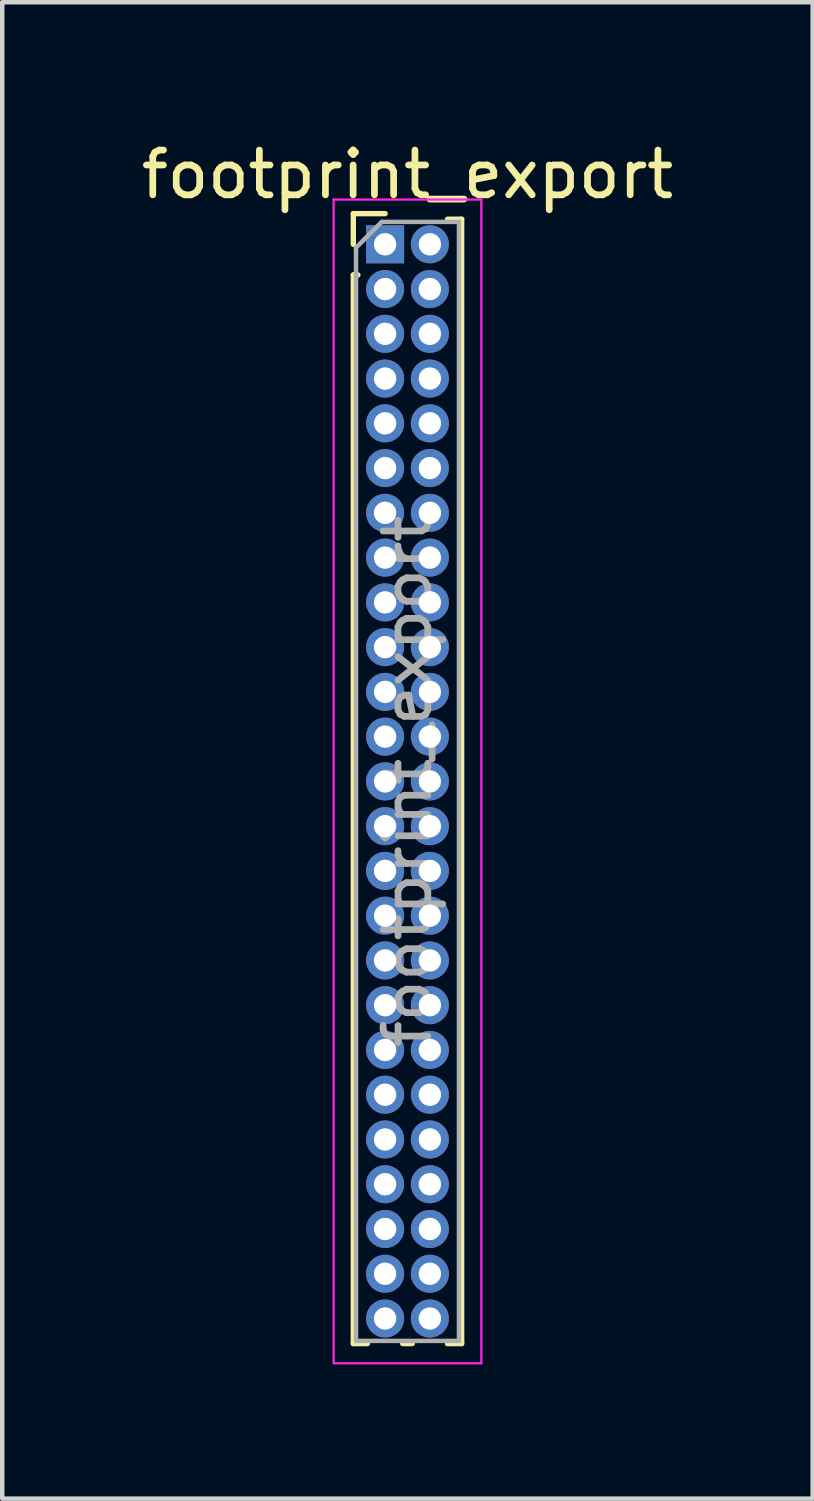
<source format=kicad_pcb>
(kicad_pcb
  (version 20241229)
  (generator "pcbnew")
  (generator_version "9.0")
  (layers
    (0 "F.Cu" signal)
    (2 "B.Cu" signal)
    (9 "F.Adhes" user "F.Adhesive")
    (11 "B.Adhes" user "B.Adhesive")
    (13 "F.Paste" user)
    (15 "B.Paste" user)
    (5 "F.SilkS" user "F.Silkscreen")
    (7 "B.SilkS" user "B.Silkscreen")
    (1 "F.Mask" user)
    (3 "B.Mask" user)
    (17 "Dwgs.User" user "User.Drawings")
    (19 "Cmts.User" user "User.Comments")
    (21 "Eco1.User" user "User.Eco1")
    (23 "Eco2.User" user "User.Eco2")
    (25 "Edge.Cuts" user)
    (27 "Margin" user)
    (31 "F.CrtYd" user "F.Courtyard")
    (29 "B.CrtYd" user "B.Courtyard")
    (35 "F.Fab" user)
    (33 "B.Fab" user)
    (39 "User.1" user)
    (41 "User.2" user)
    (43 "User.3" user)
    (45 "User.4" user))
  (footprint "footprint_export"
    (layer "F.Cu")
    (at 5.554 2.408)
    (property "Reference" "footprint_export" (at 0.5 -1.56 0) (layer "F.SilkS") (effects (font (size 1 1) (thickness 0.15))))
    (attr through_hole)
    (fp_line (start -0.71 -0.685) (end 0 -0.685) (stroke (width 0.12) (type solid)) (layer "F.SilkS"))
    (fp_line (start -0.71 0) (end -0.71 -0.685) (stroke (width 0.12) (type solid)) (layer "F.SilkS"))
    (fp_line (start -0.71 0.685) (end -0.71 24.56) (stroke (width 0.12) (type solid)) (layer "F.SilkS"))
    (fp_line (start -0.71 0.685) (end -0.608 0.685) (stroke (width 0.12) (type solid)) (layer "F.SilkS"))
    (fp_line (start -0.71 24.56) (end -0.394 24.56) (stroke (width 0.12) (type solid)) (layer "F.SilkS"))
    (fp_line (start 0.394 24.56) (end 0.606 24.56) (stroke (width 0.12) (type solid)) (layer "F.SilkS"))
    (fp_line (start 1.394 -0.56) (end 1.71 -0.56) (stroke (width 0.12) (type solid)) (layer "F.SilkS"))
    (fp_line (start 1.394 24.56) (end 1.71 24.56) (stroke (width 0.12) (type solid)) (layer "F.SilkS"))
    (fp_line (start 1.71 -0.56) (end 1.71 24.56) (stroke (width 0.12) (type solid)) (layer "F.SilkS"))
    (fp_line (start -1.15 -1) (end -1.15 25) (stroke (width 0.05) (type solid)) (layer "F.CrtYd"))
    (fp_line (start -1.15 25) (end 2.15 25) (stroke (width 0.05) (type solid)) (layer "F.CrtYd"))
    (fp_line (start 2.15 -1) (end -1.15 -1) (stroke (width 0.05) (type solid)) (layer "F.CrtYd"))
    (fp_line (start 2.15 25) (end 2.15 -1) (stroke (width 0.05) (type solid)) (layer "F.CrtYd"))
    (fp_line (start -0.65 0.075) (end -0.075 -0.5) (stroke (width 0.1) (type solid)) (layer "F.Fab"))
    (fp_line (start -0.65 24.5) (end -0.65 0.075) (stroke (width 0.1) (type solid)) (layer "F.Fab"))
    (fp_line (start -0.075 -0.5) (end 1.65 -0.5) (stroke (width 0.1) (type solid)) (layer "F.Fab"))
    (fp_line (start 1.65 -0.5) (end 1.65 24.5) (stroke (width 0.1) (type solid)) (layer "F.Fab"))
    (fp_line (start 1.65 24.5) (end -0.65 24.5) (stroke (width 0.1) (type solid)) (layer "F.Fab"))
    (fp_text user "${REFERENCE}" (at 0.5 12 90) (layer "F.Fab") (effects (font (size 1 1) (thickness 0.15))))
    (pad "1" thru_hole rect (at 0 0) (size 0.85 0.85) (drill 0.5) (layers "*.Cu" "*.Mask"))
    (pad "2" thru_hole oval (at 1 0) (size 0.85 0.85) (drill 0.5) (layers "*.Cu" "*.Mask"))
    (pad "3" thru_hole oval (at 0 1) (size 0.85 0.85) (drill 0.5) (layers "*.Cu" "*.Mask"))
    (pad "4" thru_hole oval (at 1 1) (size 0.85 0.85) (drill 0.5) (layers "*.Cu" "*.Mask"))
    (pad "5" thru_hole oval (at 0 2) (size 0.85 0.85) (drill 0.5) (layers "*.Cu" "*.Mask"))
    (pad "6" thru_hole oval (at 1 2) (size 0.85 0.85) (drill 0.5) (layers "*.Cu" "*.Mask"))
    (pad "7" thru_hole oval (at 0 3) (size 0.85 0.85) (drill 0.5) (layers "*.Cu" "*.Mask"))
    (pad "8" thru_hole oval (at 1 3) (size 0.85 0.85) (drill 0.5) (layers "*.Cu" "*.Mask"))
    (pad "9" thru_hole oval (at 0 4) (size 0.85 0.85) (drill 0.5) (layers "*.Cu" "*.Mask"))
    (pad "10" thru_hole oval (at 1 4) (size 0.85 0.85) (drill 0.5) (layers "*.Cu" "*.Mask"))
    (pad "11" thru_hole oval (at 0 5) (size 0.85 0.85) (drill 0.5) (layers "*.Cu" "*.Mask"))
    (pad "12" thru_hole oval (at 1 5) (size 0.85 0.85) (drill 0.5) (layers "*.Cu" "*.Mask"))
    (pad "13" thru_hole oval (at 0 6) (size 0.85 0.85) (drill 0.5) (layers "*.Cu" "*.Mask"))
    (pad "14" thru_hole oval (at 1 6) (size 0.85 0.85) (drill 0.5) (layers "*.Cu" "*.Mask"))
    (pad "15" thru_hole oval (at 0 7) (size 0.85 0.85) (drill 0.5) (layers "*.Cu" "*.Mask"))
    (pad "16" thru_hole oval (at 1 7) (size 0.85 0.85) (drill 0.5) (layers "*.Cu" "*.Mask"))
    (pad "17" thru_hole oval (at 0 8) (size 0.85 0.85) (drill 0.5) (layers "*.Cu" "*.Mask"))
    (pad "18" thru_hole oval (at 1 8) (size 0.85 0.85) (drill 0.5) (layers "*.Cu" "*.Mask"))
    (pad "19" thru_hole oval (at 0 9) (size 0.85 0.85) (drill 0.5) (layers "*.Cu" "*.Mask"))
    (pad "20" thru_hole oval (at 1 9) (size 0.85 0.85) (drill 0.5) (layers "*.Cu" "*.Mask"))
    (pad "21" thru_hole oval (at 0 10) (size 0.85 0.85) (drill 0.5) (layers "*.Cu" "*.Mask"))
    (pad "22" thru_hole oval (at 1 10) (size 0.85 0.85) (drill 0.5) (layers "*.Cu" "*.Mask"))
    (pad "23" thru_hole oval (at 0 11) (size 0.85 0.85) (drill 0.5) (layers "*.Cu" "*.Mask"))
    (pad "24" thru_hole oval (at 1 11) (size 0.85 0.85) (drill 0.5) (layers "*.Cu" "*.Mask"))
    (pad "25" thru_hole oval (at 0 12) (size 0.85 0.85) (drill 0.5) (layers "*.Cu" "*.Mask"))
    (pad "26" thru_hole oval (at 1 12) (size 0.85 0.85) (drill 0.5) (layers "*.Cu" "*.Mask"))
    (pad "27" thru_hole oval (at 0 13) (size 0.85 0.85) (drill 0.5) (layers "*.Cu" "*.Mask"))
    (pad "28" thru_hole oval (at 1 13) (size 0.85 0.85) (drill 0.5) (layers "*.Cu" "*.Mask"))
    (pad "29" thru_hole oval (at 0 14) (size 0.85 0.85) (drill 0.5) (layers "*.Cu" "*.Mask"))
    (pad "30" thru_hole oval (at 1 14) (size 0.85 0.85) (drill 0.5) (layers "*.Cu" "*.Mask"))
    (pad "31" thru_hole oval (at 0 15) (size 0.85 0.85) (drill 0.5) (layers "*.Cu" "*.Mask"))
    (pad "32" thru_hole oval (at 1 15) (size 0.85 0.85) (drill 0.5) (layers "*.Cu" "*.Mask"))
    (pad "33" thru_hole oval (at 0 16) (size 0.85 0.85) (drill 0.5) (layers "*.Cu" "*.Mask"))
    (pad "34" thru_hole oval (at 1 16) (size 0.85 0.85) (drill 0.5) (layers "*.Cu" "*.Mask"))
    (pad "35" thru_hole oval (at 0 17) (size 0.85 0.85) (drill 0.5) (layers "*.Cu" "*.Mask"))
    (pad "36" thru_hole oval (at 1 17) (size 0.85 0.85) (drill 0.5) (layers "*.Cu" "*.Mask"))
    (pad "37" thru_hole oval (at 0 18) (size 0.85 0.85) (drill 0.5) (layers "*.Cu" "*.Mask"))
    (pad "38" thru_hole oval (at 1 18) (size 0.85 0.85) (drill 0.5) (layers "*.Cu" "*.Mask"))
    (pad "39" thru_hole oval (at 0 19) (size 0.85 0.85) (drill 0.5) (layers "*.Cu" "*.Mask"))
    (pad "40" thru_hole oval (at 1 19) (size 0.85 0.85) (drill 0.5) (layers "*.Cu" "*.Mask"))
    (pad "41" thru_hole oval (at 0 20) (size 0.85 0.85) (drill 0.5) (layers "*.Cu" "*.Mask"))
    (pad "42" thru_hole oval (at 1 20) (size 0.85 0.85) (drill 0.5) (layers "*.Cu" "*.Mask"))
    (pad "43" thru_hole oval (at 0 21) (size 0.85 0.85) (drill 0.5) (layers "*.Cu" "*.Mask"))
    (pad "44" thru_hole oval (at 1 21) (size 0.85 0.85) (drill 0.5) (layers "*.Cu" "*.Mask"))
    (pad "45" thru_hole oval (at 0 22) (size 0.85 0.85) (drill 0.5) (layers "*.Cu" "*.Mask"))
    (pad "46" thru_hole oval (at 1 22) (size 0.85 0.85) (drill 0.5) (layers "*.Cu" "*.Mask"))
    (pad "47" thru_hole oval (at 0 23) (size 0.85 0.85) (drill 0.5) (layers "*.Cu" "*.Mask"))
    (pad "48" thru_hole oval (at 1 23) (size 0.85 0.85) (drill 0.5) (layers "*.Cu" "*.Mask"))
    (pad "49" thru_hole oval (at 0 24) (size 0.85 0.85) (drill 0.5) (layers "*.Cu" "*.Mask"))
    (pad "50" thru_hole oval (at 1 24) (size 0.85 0.85) (drill 0.5) (layers "*.Cu" "*.Mask")))
  (gr_rect
    (start -3 -3)
    (end 15.107 30.433)
    (stroke (width 0.1) (type default))
    (fill no)
    (layer "Edge.Cuts")))
</source>
